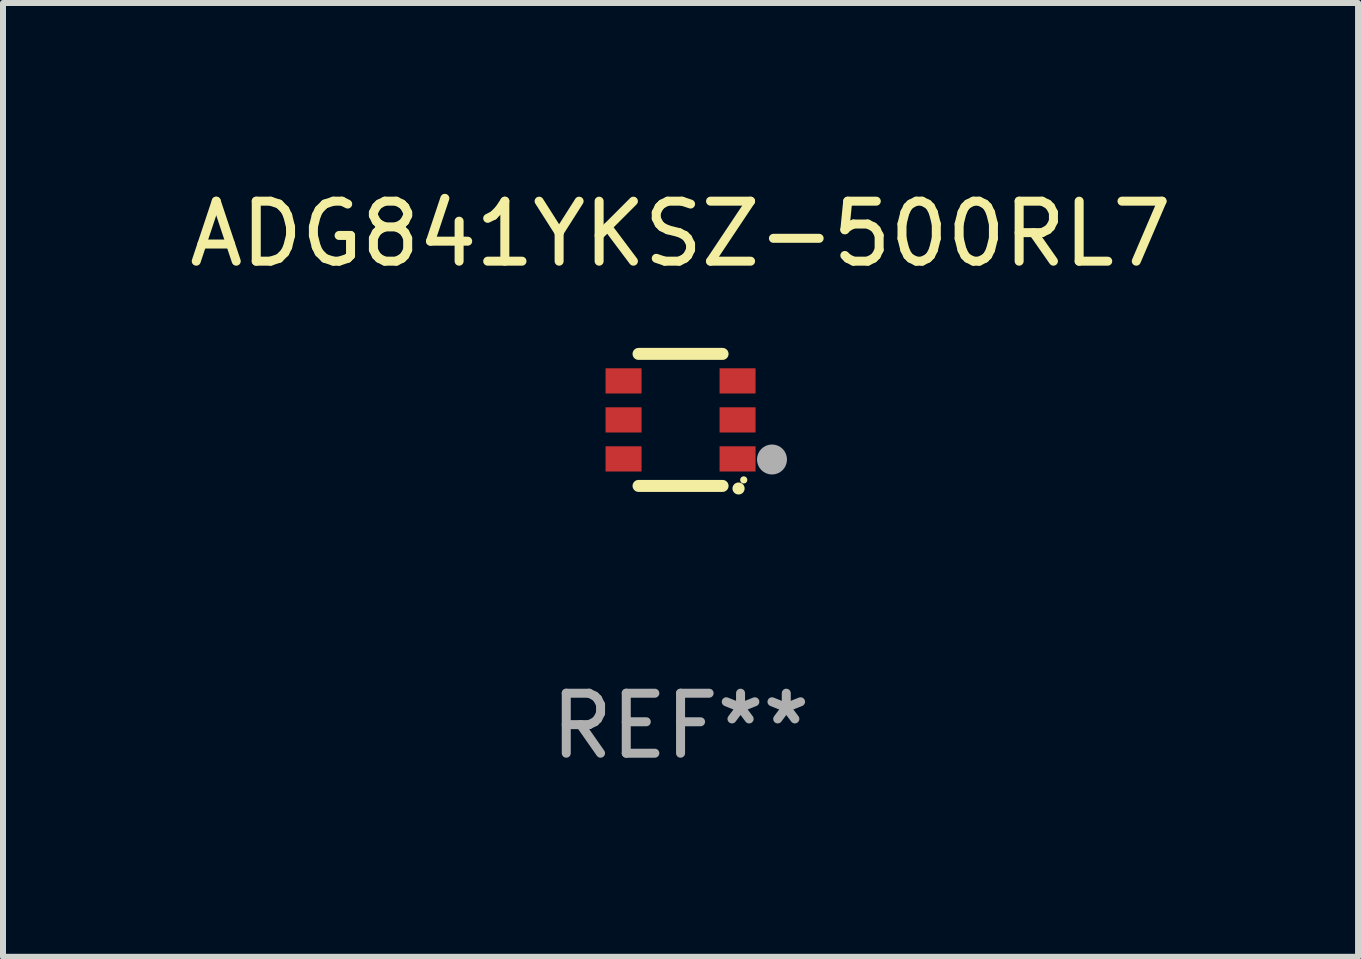
<source format=kicad_pcb>
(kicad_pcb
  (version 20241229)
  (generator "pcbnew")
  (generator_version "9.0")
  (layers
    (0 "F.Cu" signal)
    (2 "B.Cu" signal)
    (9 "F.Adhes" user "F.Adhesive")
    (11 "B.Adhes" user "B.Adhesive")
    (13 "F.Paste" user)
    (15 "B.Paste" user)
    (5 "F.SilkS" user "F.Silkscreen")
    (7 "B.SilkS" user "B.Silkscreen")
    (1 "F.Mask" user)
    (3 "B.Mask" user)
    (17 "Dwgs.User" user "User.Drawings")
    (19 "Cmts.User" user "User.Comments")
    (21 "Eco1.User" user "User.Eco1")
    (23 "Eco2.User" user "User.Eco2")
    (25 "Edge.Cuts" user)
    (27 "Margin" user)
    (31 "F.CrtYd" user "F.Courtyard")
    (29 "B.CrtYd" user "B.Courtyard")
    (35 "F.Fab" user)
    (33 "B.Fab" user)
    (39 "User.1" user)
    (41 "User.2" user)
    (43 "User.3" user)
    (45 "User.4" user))
  (footprint "ADG841YKSZ-500RL7"
    (layer "F.Cu")
    (at 8.292 3.948)
    (property "Reference" "ADG841YKSZ-500RL7" (at 0 -3.1 0) (layer "F.SilkS") (effects (font (size 1 1) (thickness 0.15))))
    (attr through_hole)
    (fp_line (start -0.7 -1.1) (end 0.7 -1.1) (stroke (width 0.2) (type solid)) (layer "F.SilkS"))
    (fp_line (start -0.7 1.1) (end 0.7 1.1) (stroke (width 0.2) (type solid)) (layer "F.SilkS"))
    (fp_arc (start 0.965202 1.143002) (mid 0.966472 1.142996) (end 0.967742 1.143002) (stroke (width 0.2) (type solid)) (layer "F.SilkS"))
    (fp_circle (center 1.053 1) (end 1.083 1) (stroke (width 0.06) (type solid)) (fill no) (layer "F.SilkS"))
    (fp_circle (center 1.524 0.66) (end 1.649 0.66) (stroke (width 0.25) (type solid)) (fill no) (layer "F.Fab"))
    (fp_text user "REF**" (at 0 5.1 0) (layer "F.Fab") (effects (font (size 1 1) (thickness 0.15))))
    (pad "1" smd rect (at 0.95 0.65 90) (size 0.42 0.6) (layers "F.Cu" "F.Mask" "F.Paste"))
    (pad "2" smd rect (at 0.95 0 90) (size 0.42 0.6) (layers "F.Cu" "F.Mask" "F.Paste"))
    (pad "3" smd rect (at 0.95 -0.65 90) (size 0.42 0.6) (layers "F.Cu" "F.Mask" "F.Paste"))
    (pad "4" smd rect (at -0.95 -0.65 270) (size 0.42 0.6) (layers "F.Cu" "F.Mask" "F.Paste"))
    (pad "5" smd rect (at -0.95 0 270) (size 0.42 0.6) (layers "F.Cu" "F.Mask" "F.Paste"))
    (pad "6" smd rect (at -0.95 0.65 270) (size 0.42 0.6) (layers "F.Cu" "F.Mask" "F.Paste")))
  (gr_rect
    (start -3 -3)
    (end 19.583 12.896)
    (stroke (width 0.1) (type default))
    (fill no)
    (layer "Edge.Cuts")))
</source>
